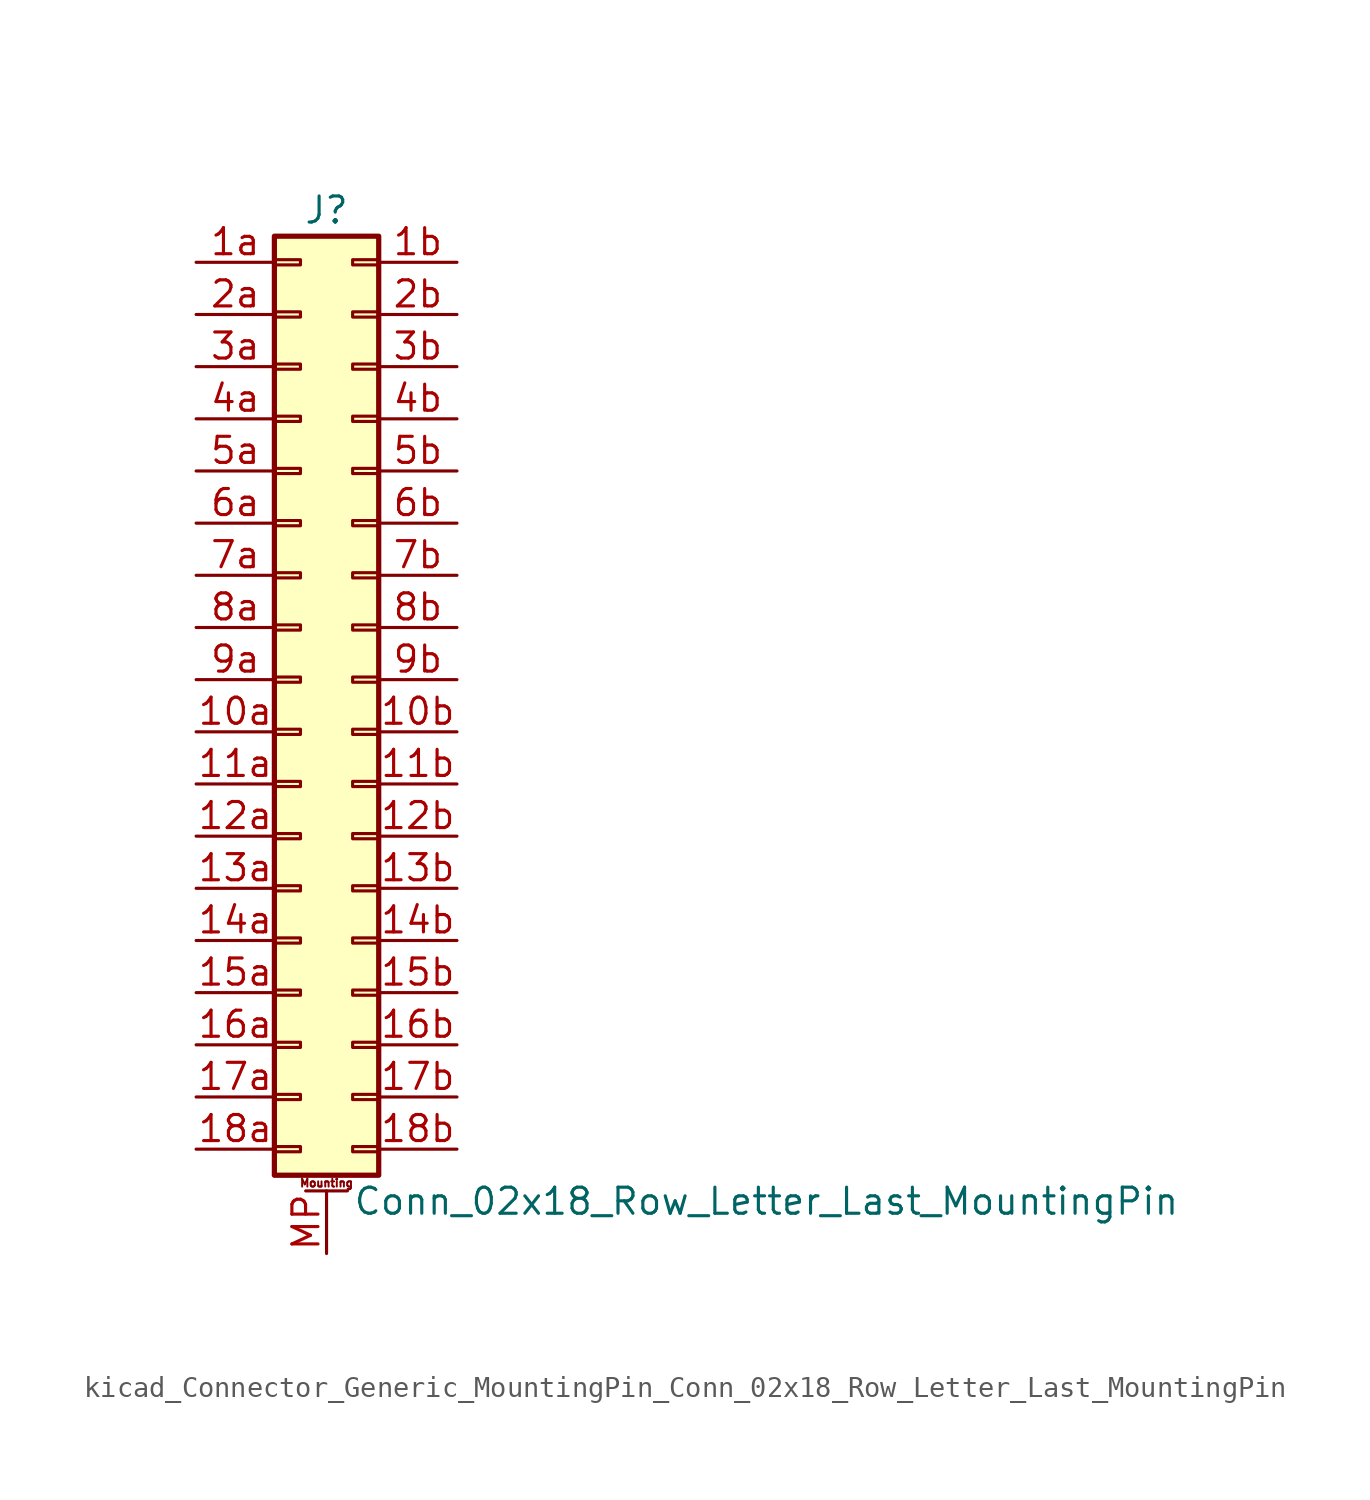
<source format=kicad_sym>
(kicad_symbol_lib
  (version 20220914)
  (generator kicad_symbol_editor)
  (symbol "kicad_Connector_Generic_MountingPin_Conn_02x18_Row_Letter_Last_MountingPin"
    (pin_names
      (offset 1.016) hide)
    (property "Reference" "J"
      (at 1.27 22.86 0)
      (effects (font (size 1.27 1.27))))
    (property "Value" "Conn_02x18_Row_Letter_Last_MountingPin"
      (at 2.54 -25.4 0)
      (effects (font (size 1.27 1.27)) (justify left)))
    (symbol "kicad_Connector_Generic_MountingPin_Conn_02x18_Row_Letter_Last_MountingPin_1_1"
      (rectangle (start -1.27 -22.733) (end 0 -22.987) (stroke (width 0.152) (type default)) (fill (type none)))
      (rectangle (start -1.27 -20.193) (end 0 -20.447) (stroke (width 0.152) (type default)) (fill (type none)))
      (rectangle (start -1.27 -17.653) (end 0 -17.907) (stroke (width 0.152) (type default)) (fill (type none)))
      (rectangle (start -1.27 -15.113) (end 0 -15.367) (stroke (width 0.152) (type default)) (fill (type none)))
      (rectangle (start -1.27 -12.573) (end 0 -12.827) (stroke (width 0.152) (type default)) (fill (type none)))
      (rectangle (start -1.27 -10.033) (end 0 -10.287) (stroke (width 0.152) (type default)) (fill (type none)))
      (rectangle (start -1.27 -7.493) (end 0 -7.747) (stroke (width 0.152) (type default)) (fill (type none)))
      (rectangle (start -1.27 -4.953) (end 0 -5.207) (stroke (width 0.152) (type default)) (fill (type none)))
      (rectangle (start -1.27 -2.413) (end 0 -2.667) (stroke (width 0.152) (type default)) (fill (type none)))
      (rectangle (start -1.27 0.127) (end 0 -0.127) (stroke (width 0.152) (type default)) (fill (type none)))
      (rectangle (start -1.27 2.667) (end 0 2.413) (stroke (width 0.152) (type default)) (fill (type none)))
      (rectangle (start -1.27 5.207) (end 0 4.953) (stroke (width 0.152) (type default)) (fill (type none)))
      (rectangle (start -1.27 7.747) (end 0 7.493) (stroke (width 0.152) (type default)) (fill (type none)))
      (rectangle (start -1.27 10.287) (end 0 10.033) (stroke (width 0.152) (type default)) (fill (type none)))
      (rectangle (start -1.27 12.827) (end 0 12.573) (stroke (width 0.152) (type default)) (fill (type none)))
      (rectangle (start -1.27 15.367) (end 0 15.113) (stroke (width 0.152) (type default)) (fill (type none)))
      (rectangle (start -1.27 17.907) (end 0 17.653) (stroke (width 0.152) (type default)) (fill (type none)))
      (rectangle (start -1.27 20.447) (end 0 20.193) (stroke (width 0.152) (type default)) (fill (type none)))
      (rectangle (start -1.27 21.59) (end 3.81 -24.13) (stroke (width 0.254) (type default)) (fill (type background)))
      (polyline (pts (xy 0.254 -24.892) (xy 2.286 -24.892)) (stroke (width 0.152) (type default)) (fill (type none)))
      (rectangle (start 3.81 -22.733) (end 2.54 -22.987) (stroke (width 0.152) (type default)) (fill (type none)))
      (rectangle (start 3.81 -20.193) (end 2.54 -20.447) (stroke (width 0.152) (type default)) (fill (type none)))
      (rectangle (start 3.81 -17.653) (end 2.54 -17.907) (stroke (width 0.152) (type default)) (fill (type none)))
      (rectangle (start 3.81 -15.113) (end 2.54 -15.367) (stroke (width 0.152) (type default)) (fill (type none)))
      (rectangle (start 3.81 -12.573) (end 2.54 -12.827) (stroke (width 0.152) (type default)) (fill (type none)))
      (rectangle (start 3.81 -10.033) (end 2.54 -10.287) (stroke (width 0.152) (type default)) (fill (type none)))
      (rectangle (start 3.81 -7.493) (end 2.54 -7.747) (stroke (width 0.152) (type default)) (fill (type none)))
      (rectangle (start 3.81 -4.953) (end 2.54 -5.207) (stroke (width 0.152) (type default)) (fill (type none)))
      (rectangle (start 3.81 -2.413) (end 2.54 -2.667) (stroke (width 0.152) (type default)) (fill (type none)))
      (rectangle (start 3.81 0.127) (end 2.54 -0.127) (stroke (width 0.152) (type default)) (fill (type none)))
      (rectangle (start 3.81 2.667) (end 2.54 2.413) (stroke (width 0.152) (type default)) (fill (type none)))
      (rectangle (start 3.81 5.207) (end 2.54 4.953) (stroke (width 0.152) (type default)) (fill (type none)))
      (rectangle (start 3.81 7.747) (end 2.54 7.493) (stroke (width 0.152) (type default)) (fill (type none)))
      (rectangle (start 3.81 10.287) (end 2.54 10.033) (stroke (width 0.152) (type default)) (fill (type none)))
      (rectangle (start 3.81 12.827) (end 2.54 12.573) (stroke (width 0.152) (type default)) (fill (type none)))
      (rectangle (start 3.81 15.367) (end 2.54 15.113) (stroke (width 0.152) (type default)) (fill (type none)))
      (rectangle (start 3.81 17.907) (end 2.54 17.653) (stroke (width 0.152) (type default)) (fill (type none)))
      (rectangle (start 3.81 20.447) (end 2.54 20.193) (stroke (width 0.152) (type default)) (fill (type none)))
      (text "Mounting" (at 1.27 -24.511 0) (effects (font (size 0.381 0.381))))
      (pin passive line (at -5.08 -2.54 0) (length 3.81) (name "Pin_10a" (effects (font (size 1.27 1.27)))) (number "10a" (effects (font (size 1.27 1.27)))))
      (pin passive line (at 7.62 -2.54 180) (length 3.81) (name "Pin_10b" (effects (font (size 1.27 1.27)))) (number "10b" (effects (font (size 1.27 1.27)))))
      (pin passive line (at -5.08 -5.08 0) (length 3.81) (name "Pin_11a" (effects (font (size 1.27 1.27)))) (number "11a" (effects (font (size 1.27 1.27)))))
      (pin passive line (at 7.62 -5.08 180) (length 3.81) (name "Pin_11b" (effects (font (size 1.27 1.27)))) (number "11b" (effects (font (size 1.27 1.27)))))
      (pin passive line (at -5.08 -7.62 0) (length 3.81) (name "Pin_12a" (effects (font (size 1.27 1.27)))) (number "12a" (effects (font (size 1.27 1.27)))))
      (pin passive line (at 7.62 -7.62 180) (length 3.81) (name "Pin_12b" (effects (font (size 1.27 1.27)))) (number "12b" (effects (font (size 1.27 1.27)))))
      (pin passive line (at -5.08 -10.16 0) (length 3.81) (name "Pin_13a" (effects (font (size 1.27 1.27)))) (number "13a" (effects (font (size 1.27 1.27)))))
      (pin passive line (at 7.62 -10.16 180) (length 3.81) (name "Pin_13b" (effects (font (size 1.27 1.27)))) (number "13b" (effects (font (size 1.27 1.27)))))
      (pin passive line (at -5.08 -12.7 0) (length 3.81) (name "Pin_14a" (effects (font (size 1.27 1.27)))) (number "14a" (effects (font (size 1.27 1.27)))))
      (pin passive line (at 7.62 -12.7 180) (length 3.81) (name "Pin_14b" (effects (font (size 1.27 1.27)))) (number "14b" (effects (font (size 1.27 1.27)))))
      (pin passive line (at -5.08 -15.24 0) (length 3.81) (name "Pin_15a" (effects (font (size 1.27 1.27)))) (number "15a" (effects (font (size 1.27 1.27)))))
      (pin passive line (at 7.62 -15.24 180) (length 3.81) (name "Pin_15b" (effects (font (size 1.27 1.27)))) (number "15b" (effects (font (size 1.27 1.27)))))
      (pin passive line (at -5.08 -17.78 0) (length 3.81) (name "Pin_16a" (effects (font (size 1.27 1.27)))) (number "16a" (effects (font (size 1.27 1.27)))))
      (pin passive line (at 7.62 -17.78 180) (length 3.81) (name "Pin_16b" (effects (font (size 1.27 1.27)))) (number "16b" (effects (font (size 1.27 1.27)))))
      (pin passive line (at -5.08 -20.32 0) (length 3.81) (name "Pin_17a" (effects (font (size 1.27 1.27)))) (number "17a" (effects (font (size 1.27 1.27)))))
      (pin passive line (at 7.62 -20.32 180) (length 3.81) (name "Pin_17b" (effects (font (size 1.27 1.27)))) (number "17b" (effects (font (size 1.27 1.27)))))
      (pin passive line (at -5.08 -22.86 0) (length 3.81) (name "Pin_18a" (effects (font (size 1.27 1.27)))) (number "18a" (effects (font (size 1.27 1.27)))))
      (pin passive line (at 7.62 -22.86 180) (length 3.81) (name "Pin_18b" (effects (font (size 1.27 1.27)))) (number "18b" (effects (font (size 1.27 1.27)))))
      (pin passive line (at -5.08 20.32 0) (length 3.81) (name "Pin_1a" (effects (font (size 1.27 1.27)))) (number "1a" (effects (font (size 1.27 1.27)))))
      (pin passive line (at 7.62 20.32 180) (length 3.81) (name "Pin_1b" (effects (font (size 1.27 1.27)))) (number "1b" (effects (font (size 1.27 1.27)))))
      (pin passive line (at -5.08 17.78 0) (length 3.81) (name "Pin_2a" (effects (font (size 1.27 1.27)))) (number "2a" (effects (font (size 1.27 1.27)))))
      (pin passive line (at 7.62 17.78 180) (length 3.81) (name "Pin_2b" (effects (font (size 1.27 1.27)))) (number "2b" (effects (font (size 1.27 1.27)))))
      (pin passive line (at -5.08 15.24 0) (length 3.81) (name "Pin_3a" (effects (font (size 1.27 1.27)))) (number "3a" (effects (font (size 1.27 1.27)))))
      (pin passive line (at 7.62 15.24 180) (length 3.81) (name "Pin_3b" (effects (font (size 1.27 1.27)))) (number "3b" (effects (font (size 1.27 1.27)))))
      (pin passive line (at -5.08 12.7 0) (length 3.81) (name "Pin_4a" (effects (font (size 1.27 1.27)))) (number "4a" (effects (font (size 1.27 1.27)))))
      (pin passive line (at 7.62 12.7 180) (length 3.81) (name "Pin_4b" (effects (font (size 1.27 1.27)))) (number "4b" (effects (font (size 1.27 1.27)))))
      (pin passive line (at -5.08 10.16 0) (length 3.81) (name "Pin_5a" (effects (font (size 1.27 1.27)))) (number "5a" (effects (font (size 1.27 1.27)))))
      (pin passive line (at 7.62 10.16 180) (length 3.81) (name "Pin_5b" (effects (font (size 1.27 1.27)))) (number "5b" (effects (font (size 1.27 1.27)))))
      (pin passive line (at -5.08 7.62 0) (length 3.81) (name "Pin_6a" (effects (font (size 1.27 1.27)))) (number "6a" (effects (font (size 1.27 1.27)))))
      (pin passive line (at 7.62 7.62 180) (length 3.81) (name "Pin_6b" (effects (font (size 1.27 1.27)))) (number "6b" (effects (font (size 1.27 1.27)))))
      (pin passive line (at -5.08 5.08 0) (length 3.81) (name "Pin_7a" (effects (font (size 1.27 1.27)))) (number "7a" (effects (font (size 1.27 1.27)))))
      (pin passive line (at 7.62 5.08 180) (length 3.81) (name "Pin_7b" (effects (font (size 1.27 1.27)))) (number "7b" (effects (font (size 1.27 1.27)))))
      (pin passive line (at -5.08 2.54 0) (length 3.81) (name "Pin_8a" (effects (font (size 1.27 1.27)))) (number "8a" (effects (font (size 1.27 1.27)))))
      (pin passive line (at 7.62 2.54 180) (length 3.81) (name "Pin_8b" (effects (font (size 1.27 1.27)))) (number "8b" (effects (font (size 1.27 1.27)))))
      (pin passive line (at -5.08 0 0) (length 3.81) (name "Pin_9a" (effects (font (size 1.27 1.27)))) (number "9a" (effects (font (size 1.27 1.27)))))
      (pin passive line (at 7.62 0 180) (length 3.81) (name "Pin_9b" (effects (font (size 1.27 1.27)))) (number "9b" (effects (font (size 1.27 1.27)))))
      (pin passive line (at 1.27 -27.94 90) (length 3.048) (name "MountPin" (effects (font (size 1.27 1.27)))) (number "MP" (effects (font (size 1.27 1.27))))))))
</source>
